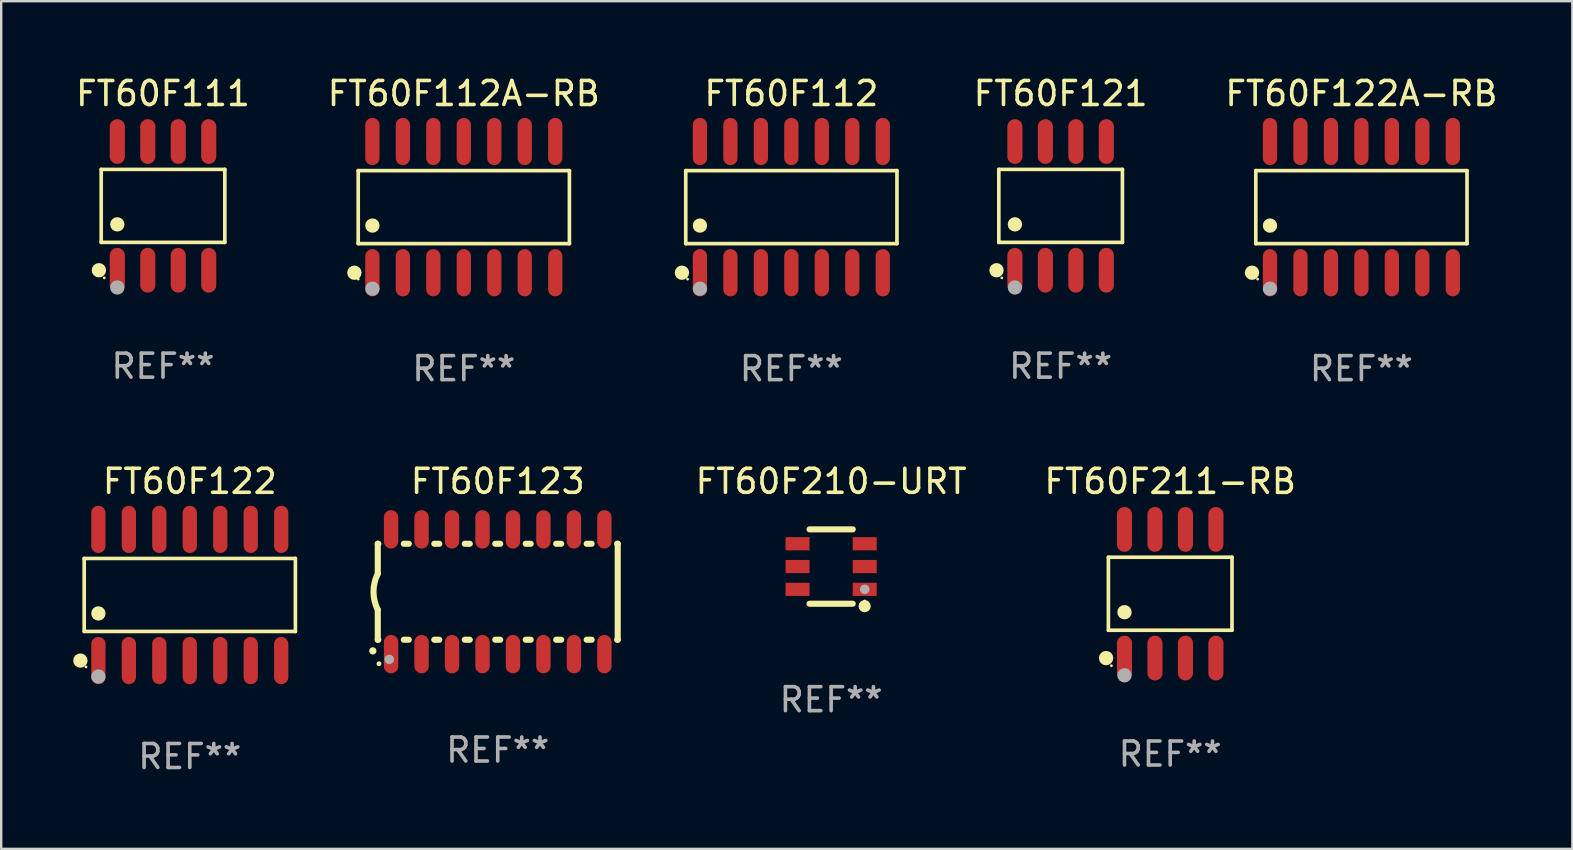
<source format=kicad_pcb>
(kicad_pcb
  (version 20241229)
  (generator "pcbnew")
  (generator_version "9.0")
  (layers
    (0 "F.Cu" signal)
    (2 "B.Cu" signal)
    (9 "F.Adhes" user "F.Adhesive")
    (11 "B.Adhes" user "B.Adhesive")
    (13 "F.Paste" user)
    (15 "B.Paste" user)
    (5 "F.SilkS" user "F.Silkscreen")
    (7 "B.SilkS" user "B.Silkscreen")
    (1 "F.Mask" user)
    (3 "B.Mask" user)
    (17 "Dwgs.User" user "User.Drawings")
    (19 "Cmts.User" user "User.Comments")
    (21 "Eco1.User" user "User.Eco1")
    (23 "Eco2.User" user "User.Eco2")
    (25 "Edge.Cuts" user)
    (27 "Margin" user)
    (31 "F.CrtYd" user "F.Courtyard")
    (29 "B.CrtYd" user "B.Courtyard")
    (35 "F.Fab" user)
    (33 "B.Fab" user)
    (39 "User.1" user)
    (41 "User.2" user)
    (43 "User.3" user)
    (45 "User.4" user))
  (footprint "FT60F122A-RB"
    (layer "F.Cu")
    (at 53.689 5.582)
    (property "Reference" "FT60F122A-RB" (at 0 -4.734 0) (layer "F.SilkS") (effects (font (size 1 1) (thickness 0.15))))
    (attr through_hole)
    (fp_line (start -4.401 -1.521) (end 4.401 -1.521) (stroke (width 0.152) (type solid)) (layer "F.SilkS"))
    (fp_line (start -4.401 1.521) (end -4.401 -1.521) (stroke (width 0.152) (type solid)) (layer "F.SilkS"))
    (fp_line (start 4.401 -1.521) (end 4.401 1.521) (stroke (width 0.152) (type solid)) (layer "F.SilkS"))
    (fp_line (start 4.401 1.521) (end -4.401 1.521) (stroke (width 0.152) (type solid)) (layer "F.SilkS"))
    (fp_circle (center -4.56 2.734) (end -4.41 2.734) (stroke (width 0.3) (type solid)) (fill no) (layer "F.SilkS"))
    (fp_circle (center -4.325 3) (end -4.295 3) (stroke (width 0.06) (type solid)) (fill no) (layer "F.SilkS"))
    (fp_circle (center -3.81 0.769) (end -3.66 0.769) (stroke (width 0.3) (type solid)) (fill no) (layer "F.SilkS"))
    (fp_circle (center -3.81 3.4) (end -3.66 3.4) (stroke (width 0.3) (type solid)) (fill no) (layer "F.Fab"))
    (fp_text user "REF**" (at 0 6.734 0) (layer "F.Fab") (effects (font (size 1 1) (thickness 0.15))))
    (pad "1" smd oval (at -3.81 2.734) (size 0.595 1.968) (layers "F.Cu" "F.Mask" "F.Paste"))
    (pad "2" smd oval (at -2.54 2.734) (size 0.595 1.968) (layers "F.Cu" "F.Mask" "F.Paste"))
    (pad "3" smd oval (at -1.27 2.734) (size 0.595 1.968) (layers "F.Cu" "F.Mask" "F.Paste"))
    (pad "4" smd oval (at 0 2.734) (size 0.595 1.968) (layers "F.Cu" "F.Mask" "F.Paste"))
    (pad "5" smd oval (at 1.27 2.734) (size 0.595 1.968) (layers "F.Cu" "F.Mask" "F.Paste"))
    (pad "6" smd oval (at 2.54 2.734) (size 0.595 1.968) (layers "F.Cu" "F.Mask" "F.Paste"))
    (pad "7" smd oval (at 3.81 2.734) (size 0.595 1.968) (layers "F.Cu" "F.Mask" "F.Paste"))
    (pad "8" smd oval (at 3.81 -2.734) (size 0.595 1.968) (layers "F.Cu" "F.Mask" "F.Paste"))
    (pad "9" smd oval (at 2.54 -2.734) (size 0.595 1.968) (layers "F.Cu" "F.Mask" "F.Paste"))
    (pad "10" smd oval (at 1.27 -2.734) (size 0.595 1.968) (layers "F.Cu" "F.Mask" "F.Paste"))
    (pad "11" smd oval (at 0 -2.734) (size 0.595 1.968) (layers "F.Cu" "F.Mask" "F.Paste"))
    (pad "12" smd oval (at -1.27 -2.734) (size 0.595 1.968) (layers "F.Cu" "F.Mask" "F.Paste"))
    (pad "13" smd oval (at -2.54 -2.734) (size 0.595 1.968) (layers "F.Cu" "F.Mask" "F.Paste"))
    (pad "14" smd oval (at -3.81 -2.734) (size 0.595 1.968) (layers "F.Cu" "F.Mask" "F.Paste")))
  (footprint "FT60F123"
    (layer "F.Cu")
    (at 17.694 21.612)
    (property "Reference" "FT60F123" (at 0 -4.6 0) (layer "F.SilkS") (effects (font (size 1 1) (thickness 0.15))))
    (attr through_hole)
    (fp_line (start -5 -2) (end -5 -0.75) (stroke (width 0.254) (type solid)) (layer "F.SilkS"))
    (fp_line (start -5 -2) (end -4.976 -2) (stroke (width 0.254) (type solid)) (layer "F.SilkS"))
    (fp_line (start -5 2) (end -5 0.75) (stroke (width 0.254) (type solid)) (layer "F.SilkS"))
    (fp_line (start -5 2) (end -4.976 2) (stroke (width 0.254) (type solid)) (layer "F.SilkS"))
    (fp_line (start -3.914 -2) (end -3.706 -2) (stroke (width 0.254) (type solid)) (layer "F.SilkS"))
    (fp_line (start -3.914 2) (end -3.706 2) (stroke (width 0.254) (type solid)) (layer "F.SilkS"))
    (fp_line (start -2.644 -2) (end -2.436 -2) (stroke (width 0.254) (type solid)) (layer "F.SilkS"))
    (fp_line (start -2.644 2) (end -2.436 2) (stroke (width 0.254) (type solid)) (layer "F.SilkS"))
    (fp_line (start -1.374 -2) (end -1.166 -2) (stroke (width 0.254) (type solid)) (layer "F.SilkS"))
    (fp_line (start -1.374 2) (end -1.166 2) (stroke (width 0.254) (type solid)) (layer "F.SilkS"))
    (fp_line (start -0.104 -2) (end 0.104 -2) (stroke (width 0.254) (type solid)) (layer "F.SilkS"))
    (fp_line (start -0.104 2) (end 0.104 2) (stroke (width 0.254) (type solid)) (layer "F.SilkS"))
    (fp_line (start 1.166 -2) (end 1.374 -2) (stroke (width 0.254) (type solid)) (layer "F.SilkS"))
    (fp_line (start 1.166 2) (end 1.374 2) (stroke (width 0.254) (type solid)) (layer "F.SilkS"))
    (fp_line (start 2.436 -2) (end 2.644 -2) (stroke (width 0.254) (type solid)) (layer "F.SilkS"))
    (fp_line (start 2.436 2) (end 2.644 2) (stroke (width 0.254) (type solid)) (layer "F.SilkS"))
    (fp_line (start 3.706 -2) (end 3.914 -2) (stroke (width 0.254) (type solid)) (layer "F.SilkS"))
    (fp_line (start 3.706 2) (end 3.914 2) (stroke (width 0.254) (type solid)) (layer "F.SilkS"))
    (fp_line (start 4.976 -2) (end 5 -2) (stroke (width 0.254) (type solid)) (layer "F.SilkS"))
    (fp_line (start 4.976 2) (end 5 2) (stroke (width 0.254) (type solid)) (layer "F.SilkS"))
    (fp_line (start 5 2) (end 5 -2) (stroke (width 0.254) (type solid)) (layer "F.SilkS"))
    (fp_arc (start -5.20701 2.46383) (mid -5.20574 2.463825) (end -5.20447 2.46383) (stroke (width 0.3) (type solid)) (layer "F.SilkS"))
    (fp_arc (start -5 0.751207) (mid -5.177192 0.00061) (end -5 -0.749987) (stroke (width 0.254001) (type solid)) (layer "F.SilkS"))
    (fp_circle (center -4.95 3) (end -4.9 3) (stroke (width 0.1) (type solid)) (fill no) (layer "F.SilkS"))
    (fp_circle (center -4.521 2.819) (end -4.421 2.819) (stroke (width 0.2) (type solid)) (fill no) (layer "F.Fab"))
    (fp_text user "REF**" (at 0 6.6 0) (layer "F.Fab") (effects (font (size 1 1) (thickness 0.15))))
    (pad "1" smd oval (at -4.445 2.6 180) (size 0.6 1.6) (layers "F.Cu" "F.Mask" "F.Paste"))
    (pad "2" smd oval (at -3.175 2.6 180) (size 0.6 1.6) (layers "F.Cu" "F.Mask" "F.Paste"))
    (pad "3" smd oval (at -1.905 2.6 180) (size 0.6 1.6) (layers "F.Cu" "F.Mask" "F.Paste"))
    (pad "4" smd oval (at -0.635 2.6 180) (size 0.6 1.6) (layers "F.Cu" "F.Mask" "F.Paste"))
    (pad "5" smd oval (at 0.635 2.6 180) (size 0.6 1.6) (layers "F.Cu" "F.Mask" "F.Paste"))
    (pad "6" smd oval (at 1.905 2.6 180) (size 0.6 1.6) (layers "F.Cu" "F.Mask" "F.Paste"))
    (pad "7" smd oval (at 3.175 2.6 180) (size 0.6 1.6) (layers "F.Cu" "F.Mask" "F.Paste"))
    (pad "8" smd oval (at 4.445 2.6 180) (size 0.6 1.6) (layers "F.Cu" "F.Mask" "F.Paste"))
    (pad "9" smd oval (at 4.445 -2.6 180) (size 0.6 1.6) (layers "F.Cu" "F.Mask" "F.Paste"))
    (pad "10" smd oval (at 3.175 -2.6 180) (size 0.6 1.6) (layers "F.Cu" "F.Mask" "F.Paste"))
    (pad "11" smd oval (at 1.905 -2.6 180) (size 0.6 1.6) (layers "F.Cu" "F.Mask" "F.Paste"))
    (pad "12" smd oval (at 0.635 -2.6 180) (size 0.6 1.6) (layers "F.Cu" "F.Mask" "F.Paste"))
    (pad "13" smd oval (at -0.635 -2.6 180) (size 0.6 1.6) (layers "F.Cu" "F.Mask" "F.Paste"))
    (pad "14" smd oval (at -1.905 -2.6 180) (size 0.6 1.6) (layers "F.Cu" "F.Mask" "F.Paste"))
    (pad "15" smd oval (at -3.175 -2.6 180) (size 0.6 1.6) (layers "F.Cu" "F.Mask" "F.Paste"))
    (pad "16" smd oval (at -4.445 -2.6 180) (size 0.6 1.6) (layers "F.Cu" "F.Mask" "F.Paste")))
  (footprint "FT60F111"
    (layer "F.Cu")
    (at 3.744 5.531)
    (property "Reference" "FT60F111" (at 0 -4.682 0) (layer "F.SilkS") (effects (font (size 1 1) (thickness 0.15))))
    (attr through_hole)
    (fp_line (start -2.576 -1.521) (end 2.576 -1.521) (stroke (width 0.152) (type solid)) (layer "F.SilkS"))
    (fp_line (start -2.576 1.521) (end -2.576 -1.521) (stroke (width 0.152) (type solid)) (layer "F.SilkS"))
    (fp_line (start 2.576 -1.521) (end 2.576 1.521) (stroke (width 0.152) (type solid)) (layer "F.SilkS"))
    (fp_line (start 2.576 1.521) (end -2.576 1.521) (stroke (width 0.152) (type solid)) (layer "F.SilkS"))
    (fp_circle (center -2.672 2.682) (end -2.522 2.682) (stroke (width 0.3) (type solid)) (fill no) (layer "F.SilkS"))
    (fp_circle (center -2.45 3) (end -2.42 3) (stroke (width 0.06) (type solid)) (fill no) (layer "F.SilkS"))
    (fp_circle (center -1.905 0.769) (end -1.755 0.769) (stroke (width 0.3) (type solid)) (fill no) (layer "F.SilkS"))
    (fp_circle (center -1.905 3.4) (end -1.755 3.4) (stroke (width 0.3) (type solid)) (fill no) (layer "F.Fab"))
    (fp_text user "REF**" (at 0 6.682 0) (layer "F.Fab") (effects (font (size 1 1) (thickness 0.15))))
    (pad "1" smd oval (at -1.905 2.682) (size 0.63 1.865) (layers "F.Cu" "F.Mask" "F.Paste"))
    (pad "2" smd oval (at -0.635 2.682) (size 0.63 1.865) (layers "F.Cu" "F.Mask" "F.Paste"))
    (pad "3" smd oval (at 0.635 2.682) (size 0.63 1.865) (layers "F.Cu" "F.Mask" "F.Paste"))
    (pad "4" smd oval (at 1.905 2.682) (size 0.63 1.865) (layers "F.Cu" "F.Mask" "F.Paste"))
    (pad "5" smd oval (at 1.905 -2.682) (size 0.63 1.865) (layers "F.Cu" "F.Mask" "F.Paste"))
    (pad "6" smd oval (at 0.635 -2.682) (size 0.63 1.865) (layers "F.Cu" "F.Mask" "F.Paste"))
    (pad "7" smd oval (at -0.635 -2.682) (size 0.63 1.865) (layers "F.Cu" "F.Mask" "F.Paste"))
    (pad "8" smd oval (at -1.905 -2.682) (size 0.63 1.865) (layers "F.Cu" "F.Mask" "F.Paste")))
  (footprint "FT60F210-URT"
    (layer "F.Cu")
    (at 31.589 20.562)
    (property "Reference" "FT60F210-URT" (at 0 -3.55 0) (layer "F.SilkS") (effects (font (size 1 1) (thickness 0.15))))
    (attr through_hole)
    (fp_line (start -0.9 -1.55) (end 0.9 -1.55) (stroke (width 0.254) (type solid)) (layer "F.SilkS"))
    (fp_line (start -0.9 1.55) (end 0.9 1.55) (stroke (width 0.254) (type solid)) (layer "F.SilkS"))
    (fp_circle (center 1.397 1.651) (end 1.524 1.651) (stroke (width 0.254) (type solid)) (fill no) (layer "F.SilkS"))
    (fp_circle (center 1.4 1.435) (end 1.43 1.435) (stroke (width 0.06) (type solid)) (fill no) (layer "F.SilkS"))
    (fp_circle (center 1.4 0.95) (end 1.5 0.95) (stroke (width 0.2) (type solid)) (fill no) (layer "F.Fab"))
    (fp_text user "REF**" (at 0 5.55 0) (layer "F.Fab") (effects (font (size 1 1) (thickness 0.15))))
    (pad "1" smd rect (at 1.4 0.95) (size 1 0.55) (layers "F.Cu" "F.Mask" "F.Paste"))
    (pad "2" smd rect (at 1.4 -0.000102) (size 1 0.55) (layers "F.Cu" "F.Mask" "F.Paste"))
    (pad "3" smd rect (at 1.4 -0.95) (size 1 0.55) (layers "F.Cu" "F.Mask" "F.Paste"))
    (pad "4" smd rect (at -1.4 -0.95) (size 1 0.55) (layers "F.Cu" "F.Mask" "F.Paste"))
    (pad "5" smd rect (at -1.4 -0.000102) (size 1 0.55) (layers "F.Cu" "F.Mask" "F.Paste"))
    (pad "6" smd rect (at -1.4 0.95) (size 1 0.55) (layers "F.Cu" "F.Mask" "F.Paste")))
  (footprint "FT60F112A-RB"
    (layer "F.Cu")
    (at 16.28 5.582)
    (property "Reference" "FT60F112A-RB" (at 0 -4.734 0) (layer "F.SilkS") (effects (font (size 1 1) (thickness 0.15))))
    (attr through_hole)
    (fp_line (start -4.401 -1.521) (end 4.401 -1.521) (stroke (width 0.152) (type solid)) (layer "F.SilkS"))
    (fp_line (start -4.401 1.521) (end -4.401 -1.521) (stroke (width 0.152) (type solid)) (layer "F.SilkS"))
    (fp_line (start 4.401 -1.521) (end 4.401 1.521) (stroke (width 0.152) (type solid)) (layer "F.SilkS"))
    (fp_line (start 4.401 1.521) (end -4.401 1.521) (stroke (width 0.152) (type solid)) (layer "F.SilkS"))
    (fp_circle (center -4.56 2.734) (end -4.41 2.734) (stroke (width 0.3) (type solid)) (fill no) (layer "F.SilkS"))
    (fp_circle (center -4.4 3) (end -4.37 3) (stroke (width 0.06) (type solid)) (fill no) (layer "F.SilkS"))
    (fp_circle (center -3.81 0.769) (end -3.66 0.769) (stroke (width 0.3) (type solid)) (fill no) (layer "F.SilkS"))
    (fp_circle (center -3.81 3.4) (end -3.66 3.4) (stroke (width 0.3) (type solid)) (fill no) (layer "F.Fab"))
    (fp_text user "REF**" (at 0 6.734 0) (layer "F.Fab") (effects (font (size 1 1) (thickness 0.15))))
    (pad "1" smd oval (at -3.81 2.734) (size 0.595 1.968) (layers "F.Cu" "F.Mask" "F.Paste"))
    (pad "2" smd oval (at -2.54 2.734) (size 0.595 1.968) (layers "F.Cu" "F.Mask" "F.Paste"))
    (pad "3" smd oval (at -1.27 2.734) (size 0.595 1.968) (layers "F.Cu" "F.Mask" "F.Paste"))
    (pad "4" smd oval (at 0.000127 2.734) (size 0.595 1.968) (layers "F.Cu" "F.Mask" "F.Paste"))
    (pad "5" smd oval (at 1.27 2.734) (size 0.595 1.968) (layers "F.Cu" "F.Mask" "F.Paste"))
    (pad "6" smd oval (at 2.54 2.734) (size 0.595 1.968) (layers "F.Cu" "F.Mask" "F.Paste"))
    (pad "7" smd oval (at 3.81 2.734) (size 0.595 1.968) (layers "F.Cu" "F.Mask" "F.Paste"))
    (pad "8" smd oval (at 3.81 -2.734) (size 0.595 1.968) (layers "F.Cu" "F.Mask" "F.Paste"))
    (pad "9" smd oval (at 2.54 -2.734) (size 0.595 1.968) (layers "F.Cu" "F.Mask" "F.Paste"))
    (pad "10" smd oval (at 1.27 -2.734) (size 0.595 1.968) (layers "F.Cu" "F.Mask" "F.Paste"))
    (pad "11" smd oval (at 0.000127 -2.734) (size 0.595 1.968) (layers "F.Cu" "F.Mask" "F.Paste"))
    (pad "12" smd oval (at -1.27 -2.734) (size 0.595 1.968) (layers "F.Cu" "F.Mask" "F.Paste"))
    (pad "13" smd oval (at -2.54 -2.734) (size 0.595 1.968) (layers "F.Cu" "F.Mask" "F.Paste"))
    (pad "14" smd oval (at -3.81 -2.734) (size 0.595 1.968) (layers "F.Cu" "F.Mask" "F.Paste")))
  (footprint "FT60F121"
    (layer "F.Cu")
    (at 41.153 5.531)
    (property "Reference" "FT60F121" (at 0 -4.682 0) (layer "F.SilkS") (effects (font (size 1 1) (thickness 0.15))))
    (attr through_hole)
    (fp_line (start -2.576 -1.521) (end 2.576 -1.521) (stroke (width 0.152) (type solid)) (layer "F.SilkS"))
    (fp_line (start -2.576 1.521) (end -2.576 -1.521) (stroke (width 0.152) (type solid)) (layer "F.SilkS"))
    (fp_line (start 2.576 -1.521) (end 2.576 1.521) (stroke (width 0.152) (type solid)) (layer "F.SilkS"))
    (fp_line (start 2.576 1.521) (end -2.576 1.521) (stroke (width 0.152) (type solid)) (layer "F.SilkS"))
    (fp_circle (center -2.672 2.682) (end -2.522 2.682) (stroke (width 0.3) (type solid)) (fill no) (layer "F.SilkS"))
    (fp_circle (center -2.45 3) (end -2.42 3) (stroke (width 0.06) (type solid)) (fill no) (layer "F.SilkS"))
    (fp_circle (center -1.905 0.769) (end -1.755 0.769) (stroke (width 0.3) (type solid)) (fill no) (layer "F.SilkS"))
    (fp_circle (center -1.905 3.4) (end -1.755 3.4) (stroke (width 0.3) (type solid)) (fill no) (layer "F.Fab"))
    (fp_text user "REF**" (at 0 6.682 0) (layer "F.Fab") (effects (font (size 1 1) (thickness 0.15))))
    (pad "1" smd oval (at -1.905 2.682) (size 0.63 1.865) (layers "F.Cu" "F.Mask" "F.Paste"))
    (pad "2" smd oval (at -0.635 2.682) (size 0.63 1.865) (layers "F.Cu" "F.Mask" "F.Paste"))
    (pad "3" smd oval (at 0.635 2.682) (size 0.63 1.865) (layers "F.Cu" "F.Mask" "F.Paste"))
    (pad "4" smd oval (at 1.905 2.682) (size 0.63 1.865) (layers "F.Cu" "F.Mask" "F.Paste"))
    (pad "5" smd oval (at 1.905 -2.682) (size 0.63 1.865) (layers "F.Cu" "F.Mask" "F.Paste"))
    (pad "6" smd oval (at 0.635 -2.682) (size 0.63 1.865) (layers "F.Cu" "F.Mask" "F.Paste"))
    (pad "7" smd oval (at -0.635 -2.682) (size 0.63 1.865) (layers "F.Cu" "F.Mask" "F.Paste"))
    (pad "8" smd oval (at -1.905 -2.682) (size 0.63 1.865) (layers "F.Cu" "F.Mask" "F.Paste")))
  (footprint "FT60F122"
    (layer "F.Cu")
    (at 4.86 21.746)
    (property "Reference" "FT60F122" (at 0 -4.734 0) (layer "F.SilkS") (effects (font (size 1 1) (thickness 0.15))))
    (attr through_hole)
    (fp_line (start -4.401 -1.521) (end 4.401 -1.521) (stroke (width 0.152) (type solid)) (layer "F.SilkS"))
    (fp_line (start -4.401 1.521) (end -4.401 -1.521) (stroke (width 0.152) (type solid)) (layer "F.SilkS"))
    (fp_line (start 4.401 -1.521) (end 4.401 1.521) (stroke (width 0.152) (type solid)) (layer "F.SilkS"))
    (fp_line (start 4.401 1.521) (end -4.401 1.521) (stroke (width 0.152) (type solid)) (layer "F.SilkS"))
    (fp_circle (center -4.56 2.734) (end -4.41 2.734) (stroke (width 0.3) (type solid)) (fill no) (layer "F.SilkS"))
    (fp_circle (center -4.325 3) (end -4.295 3) (stroke (width 0.06) (type solid)) (fill no) (layer "F.SilkS"))
    (fp_circle (center -3.81 0.769) (end -3.66 0.769) (stroke (width 0.3) (type solid)) (fill no) (layer "F.SilkS"))
    (fp_circle (center -3.81 3.4) (end -3.66 3.4) (stroke (width 0.3) (type solid)) (fill no) (layer "F.Fab"))
    (fp_text user "REF**" (at 0 6.734 0) (layer "F.Fab") (effects (font (size 1 1) (thickness 0.15))))
    (pad "1" smd oval (at -3.81 2.734) (size 0.595 1.968) (layers "F.Cu" "F.Mask" "F.Paste"))
    (pad "2" smd oval (at -2.54 2.734) (size 0.595 1.968) (layers "F.Cu" "F.Mask" "F.Paste"))
    (pad "3" smd oval (at -1.27 2.734) (size 0.595 1.968) (layers "F.Cu" "F.Mask" "F.Paste"))
    (pad "4" smd oval (at 0 2.734) (size 0.595 1.968) (layers "F.Cu" "F.Mask" "F.Paste"))
    (pad "5" smd oval (at 1.27 2.734) (size 0.595 1.968) (layers "F.Cu" "F.Mask" "F.Paste"))
    (pad "6" smd oval (at 2.54 2.734) (size 0.595 1.968) (layers "F.Cu" "F.Mask" "F.Paste"))
    (pad "7" smd oval (at 3.81 2.734) (size 0.595 1.968) (layers "F.Cu" "F.Mask" "F.Paste"))
    (pad "8" smd oval (at 3.81 -2.734) (size 0.595 1.968) (layers "F.Cu" "F.Mask" "F.Paste"))
    (pad "9" smd oval (at 2.54 -2.734) (size 0.595 1.968) (layers "F.Cu" "F.Mask" "F.Paste"))
    (pad "10" smd oval (at 1.27 -2.734) (size 0.595 1.968) (layers "F.Cu" "F.Mask" "F.Paste"))
    (pad "11" smd oval (at 0 -2.734) (size 0.595 1.968) (layers "F.Cu" "F.Mask" "F.Paste"))
    (pad "12" smd oval (at -1.27 -2.734) (size 0.595 1.968) (layers "F.Cu" "F.Mask" "F.Paste"))
    (pad "13" smd oval (at -2.54 -2.734) (size 0.595 1.968) (layers "F.Cu" "F.Mask" "F.Paste"))
    (pad "14" smd oval (at -3.81 -2.734) (size 0.595 1.968) (layers "F.Cu" "F.Mask" "F.Paste")))
  (footprint "FT60F211-RB"
    (layer "F.Cu")
    (at 45.72 21.695)
    (property "Reference" "FT60F211-RB" (at 0 -4.682 0) (layer "F.SilkS") (effects (font (size 1 1) (thickness 0.15))))
    (attr through_hole)
    (fp_line (start -2.576 -1.521) (end 2.576 -1.521) (stroke (width 0.152) (type solid)) (layer "F.SilkS"))
    (fp_line (start -2.576 1.521) (end -2.576 -1.521) (stroke (width 0.152) (type solid)) (layer "F.SilkS"))
    (fp_line (start 2.576 -1.521) (end 2.576 1.521) (stroke (width 0.152) (type solid)) (layer "F.SilkS"))
    (fp_line (start 2.576 1.521) (end -2.576 1.521) (stroke (width 0.152) (type solid)) (layer "F.SilkS"))
    (fp_circle (center -2.672 2.682) (end -2.522 2.682) (stroke (width 0.3) (type solid)) (fill no) (layer "F.SilkS"))
    (fp_circle (center -2.45 3) (end -2.42 3) (stroke (width 0.06) (type solid)) (fill no) (layer "F.SilkS"))
    (fp_circle (center -1.905 0.769) (end -1.755 0.769) (stroke (width 0.3) (type solid)) (fill no) (layer "F.SilkS"))
    (fp_circle (center -1.905 3.4) (end -1.755 3.4) (stroke (width 0.3) (type solid)) (fill no) (layer "F.Fab"))
    (fp_text user "REF**" (at 0 6.682 0) (layer "F.Fab") (effects (font (size 1 1) (thickness 0.15))))
    (pad "1" smd oval (at -1.905 2.682) (size 0.63 1.865) (layers "F.Cu" "F.Mask" "F.Paste"))
    (pad "2" smd oval (at -0.635 2.682) (size 0.63 1.865) (layers "F.Cu" "F.Mask" "F.Paste"))
    (pad "3" smd oval (at 0.635 2.682) (size 0.63 1.865) (layers "F.Cu" "F.Mask" "F.Paste"))
    (pad "4" smd oval (at 1.905 2.682) (size 0.63 1.865) (layers "F.Cu" "F.Mask" "F.Paste"))
    (pad "5" smd oval (at 1.905 -2.682) (size 0.63 1.865) (layers "F.Cu" "F.Mask" "F.Paste"))
    (pad "6" smd oval (at 0.635 -2.682) (size 0.63 1.865) (layers "F.Cu" "F.Mask" "F.Paste"))
    (pad "7" smd oval (at -0.635 -2.682) (size 0.63 1.865) (layers "F.Cu" "F.Mask" "F.Paste"))
    (pad "8" smd oval (at -1.905 -2.682) (size 0.63 1.865) (layers "F.Cu" "F.Mask" "F.Paste")))
  (footprint "FT60F112"
    (layer "F.Cu")
    (at 29.931 5.582)
    (property "Reference" "FT60F112" (at 0 -4.734 0) (layer "F.SilkS") (effects (font (size 1 1) (thickness 0.15))))
    (attr through_hole)
    (fp_line (start -4.401 -1.521) (end 4.401 -1.521) (stroke (width 0.152) (type solid)) (layer "F.SilkS"))
    (fp_line (start -4.401 1.521) (end -4.401 -1.521) (stroke (width 0.152) (type solid)) (layer "F.SilkS"))
    (fp_line (start 4.401 -1.521) (end 4.401 1.521) (stroke (width 0.152) (type solid)) (layer "F.SilkS"))
    (fp_line (start 4.401 1.521) (end -4.401 1.521) (stroke (width 0.152) (type solid)) (layer "F.SilkS"))
    (fp_circle (center -4.56 2.734) (end -4.41 2.734) (stroke (width 0.3) (type solid)) (fill no) (layer "F.SilkS"))
    (fp_circle (center -4.325 3) (end -4.295 3) (stroke (width 0.06) (type solid)) (fill no) (layer "F.SilkS"))
    (fp_circle (center -3.81 0.769) (end -3.66 0.769) (stroke (width 0.3) (type solid)) (fill no) (layer "F.SilkS"))
    (fp_circle (center -3.81 3.4) (end -3.66 3.4) (stroke (width 0.3) (type solid)) (fill no) (layer "F.Fab"))
    (fp_text user "REF**" (at 0 6.734 0) (layer "F.Fab") (effects (font (size 1 1) (thickness 0.15))))
    (pad "1" smd oval (at -3.81 2.734) (size 0.595 1.968) (layers "F.Cu" "F.Mask" "F.Paste"))
    (pad "2" smd oval (at -2.54 2.734) (size 0.595 1.968) (layers "F.Cu" "F.Mask" "F.Paste"))
    (pad "3" smd oval (at -1.27 2.734) (size 0.595 1.968) (layers "F.Cu" "F.Mask" "F.Paste"))
    (pad "4" smd oval (at 0 2.734) (size 0.595 1.968) (layers "F.Cu" "F.Mask" "F.Paste"))
    (pad "5" smd oval (at 1.27 2.734) (size 0.595 1.968) (layers "F.Cu" "F.Mask" "F.Paste"))
    (pad "6" smd oval (at 2.54 2.734) (size 0.595 1.968) (layers "F.Cu" "F.Mask" "F.Paste"))
    (pad "7" smd oval (at 3.81 2.734) (size 0.595 1.968) (layers "F.Cu" "F.Mask" "F.Paste"))
    (pad "8" smd oval (at 3.81 -2.734) (size 0.595 1.968) (layers "F.Cu" "F.Mask" "F.Paste"))
    (pad "9" smd oval (at 2.54 -2.734) (size 0.595 1.968) (layers "F.Cu" "F.Mask" "F.Paste"))
    (pad "10" smd oval (at 1.27 -2.734) (size 0.595 1.968) (layers "F.Cu" "F.Mask" "F.Paste"))
    (pad "11" smd oval (at 0 -2.734) (size 0.595 1.968) (layers "F.Cu" "F.Mask" "F.Paste"))
    (pad "12" smd oval (at -1.27 -2.734) (size 0.595 1.968) (layers "F.Cu" "F.Mask" "F.Paste"))
    (pad "13" smd oval (at -2.54 -2.734) (size 0.595 1.968) (layers "F.Cu" "F.Mask" "F.Paste"))
    (pad "14" smd oval (at -3.81 -2.734) (size 0.595 1.968) (layers "F.Cu" "F.Mask" "F.Paste")))
  (gr_rect
    (start -3 -3)
    (end 62.48 32.328)
    (stroke (width 0.1) (type default))
    (fill no)
    (layer "Edge.Cuts")))
</source>
